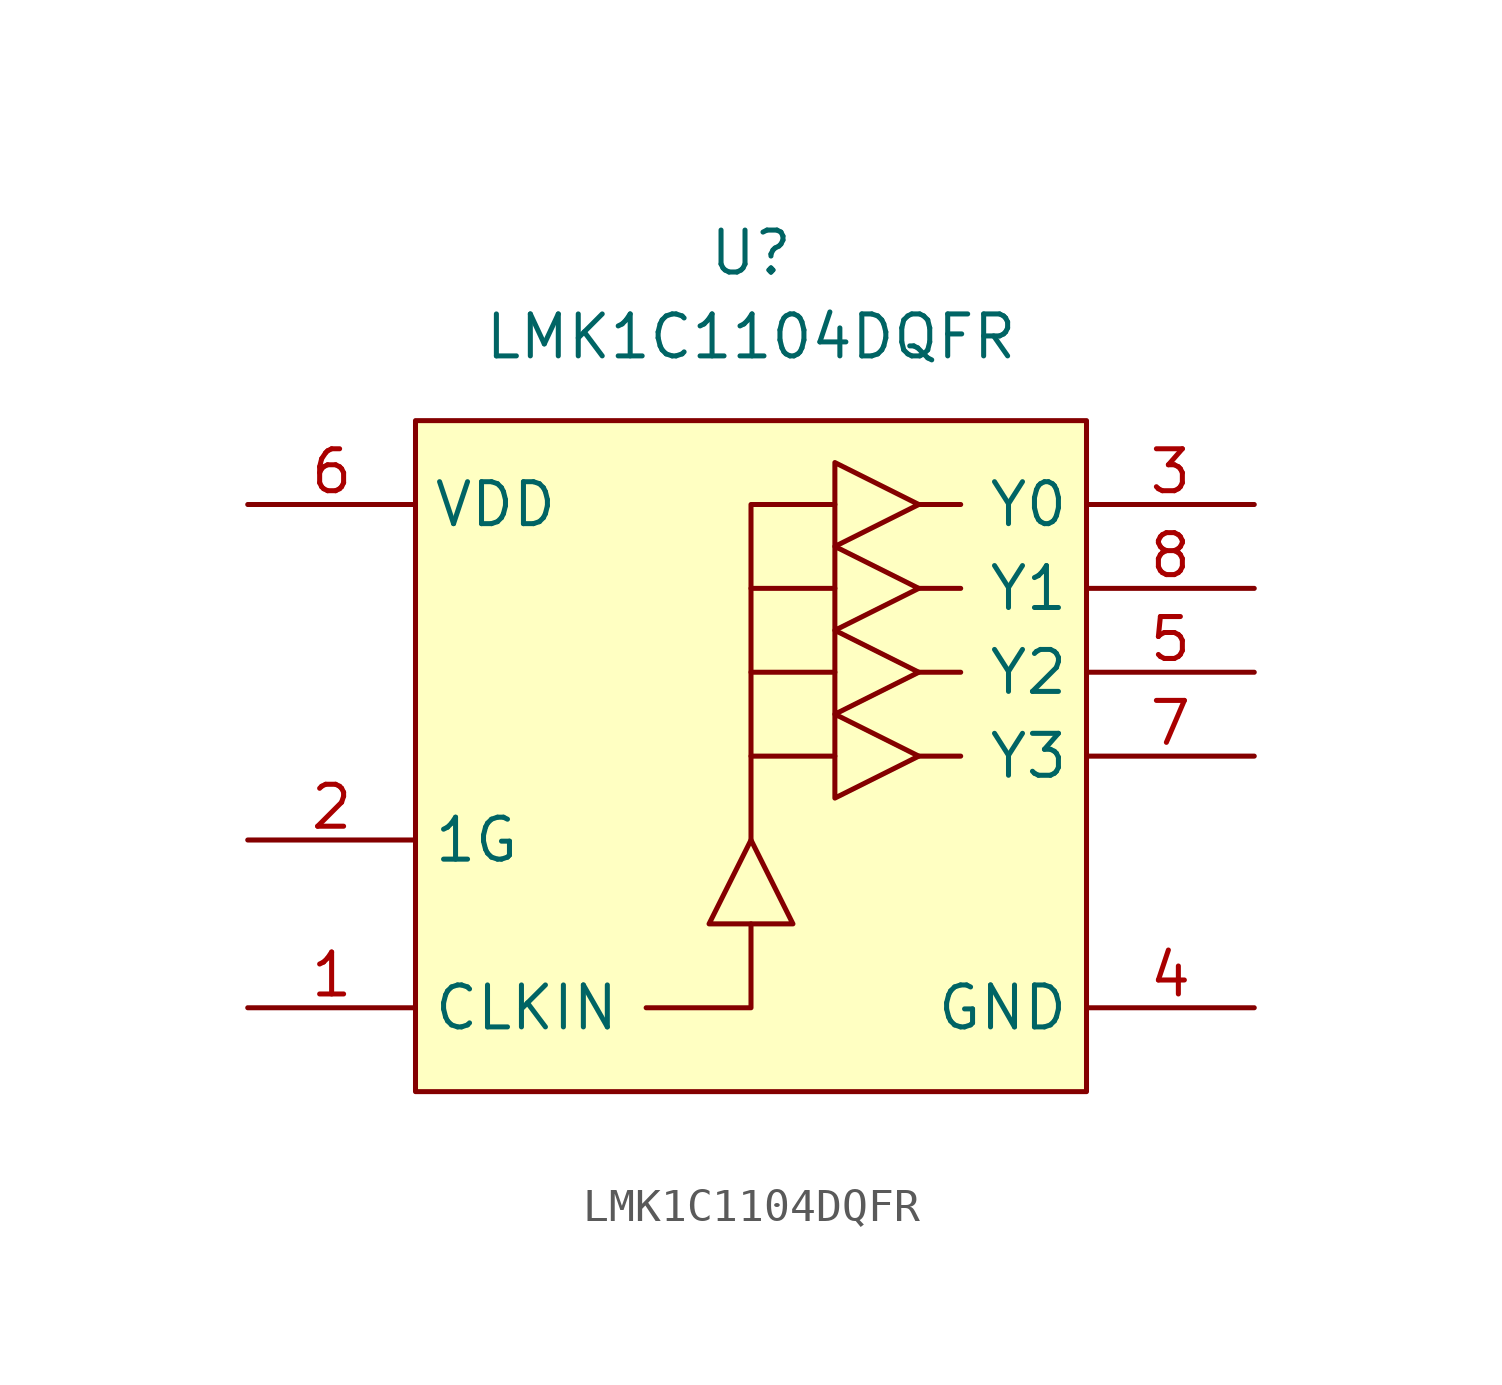
<source format=kicad_sym>
(kicad_symbol_lib
  (version 20241209)
  (generator "kicad_symbol_editor")
  (generator_version "9.0")
  (symbol "LMK1C1104DQFR"
    (property "Reference" "U"
      (at 0 5.08 0)
      (effects (font (size 1.27 1.27))))
    (property "Value" "LMK1C1104DQFR"
      (at 0 2.54 0)
      (effects (font (size 1.27 1.27))))
    (symbol "LMK1C1104DQFR_1_1"
      (rectangle (start -10.16 0) (end 10.16 -20.32) (stroke (width 0) (type solid)) (fill (type background)))
      (polyline (pts (xy -3.175 -17.78) (xy 0 -17.78) (xy 0 -15.24)) (stroke (width 0) (type default)) (fill (type none)))
      (polyline (pts (xy -1.27 -15.24) (xy 0 -12.7) (xy 1.27 -15.24) (xy -1.27 -15.24)) (stroke (width 0) (type default)) (fill (type none)))
      (polyline (pts (xy 0 -12.7) (xy 0 -2.54) (xy 2.54 -2.54)) (stroke (width 0) (type default)) (fill (type none)))
      (polyline (pts (xy 2.54 -1.27) (xy 5.08 -2.54) (xy 2.54 -3.81) (xy 2.54 -1.27)) (stroke (width 0) (type default)) (fill (type none)))
      (polyline (pts (xy 2.54 -3.81) (xy 5.08 -5.08) (xy 2.54 -6.35) (xy 2.54 -3.81)) (stroke (width 0) (type default)) (fill (type none)))
      (polyline (pts (xy 2.54 -5.08) (xy 0 -5.08)) (stroke (width 0) (type default)) (fill (type none)))
      (polyline (pts (xy 2.54 -6.35) (xy 5.08 -7.62) (xy 2.54 -8.89) (xy 2.54 -6.35)) (stroke (width 0) (type default)) (fill (type none)))
      (polyline (pts (xy 2.54 -7.62) (xy 0 -7.62)) (stroke (width 0) (type default)) (fill (type none)))
      (polyline (pts (xy 2.54 -8.89) (xy 5.08 -10.16) (xy 2.54 -11.43) (xy 2.54 -8.89)) (stroke (width 0) (type default)) (fill (type none)))
      (polyline (pts (xy 2.54 -10.16) (xy 0 -10.16)) (stroke (width 0) (type default)) (fill (type none)))
      (polyline (pts (xy 5.08 -2.54) (xy 6.35 -2.54)) (stroke (width 0) (type default)) (fill (type none)))
      (polyline (pts (xy 5.08 -7.62) (xy 6.35 -7.62)) (stroke (width 0) (type default)) (fill (type none)))
      (polyline (pts (xy 5.08 -10.16) (xy 6.35 -10.16)) (stroke (width 0) (type default)) (fill (type none)))
      (polyline (pts (xy 6.35 -5.08) (xy 5.08 -5.08)) (stroke (width 0) (type default)) (fill (type none)))
      (pin power_in line (at -15.24 -2.54 0) (length 5.08) (name "VDD" (effects (font (size 1.27 1.27)))) (number "6" (effects (font (size 1.27 1.27)))))
      (pin input line (at -15.24 -12.7 0) (length 5.08) (name "1G" (effects (font (size 1.27 1.27)))) (number "2" (effects (font (size 1.27 1.27)))))
      (pin input line (at -15.24 -17.78 0) (length 5.08) (name "CLKIN" (effects (font (size 1.27 1.27)))) (number "1" (effects (font (size 1.27 1.27)))))
      (pin output line (at 15.24 -2.54 180) (length 5.08) (name "Y0" (effects (font (size 1.27 1.27)))) (number "3" (effects (font (size 1.27 1.27)))))
      (pin output line (at 15.24 -5.08 180) (length 5.08) (name "Y1" (effects (font (size 1.27 1.27)))) (number "8" (effects (font (size 1.27 1.27)))))
      (pin output line (at 15.24 -7.62 180) (length 5.08) (name "Y2" (effects (font (size 1.27 1.27)))) (number "5" (effects (font (size 1.27 1.27)))))
      (pin output line (at 15.24 -10.16 180) (length 5.08) (name "Y3" (effects (font (size 1.27 1.27)))) (number "7" (effects (font (size 1.27 1.27)))))
      (pin passive line (at 15.24 -17.78 180) (length 5.08) (name "GND" (effects (font (size 1.27 1.27)))) (number "4" (effects (font (size 1.27 1.27))))))))
</source>
